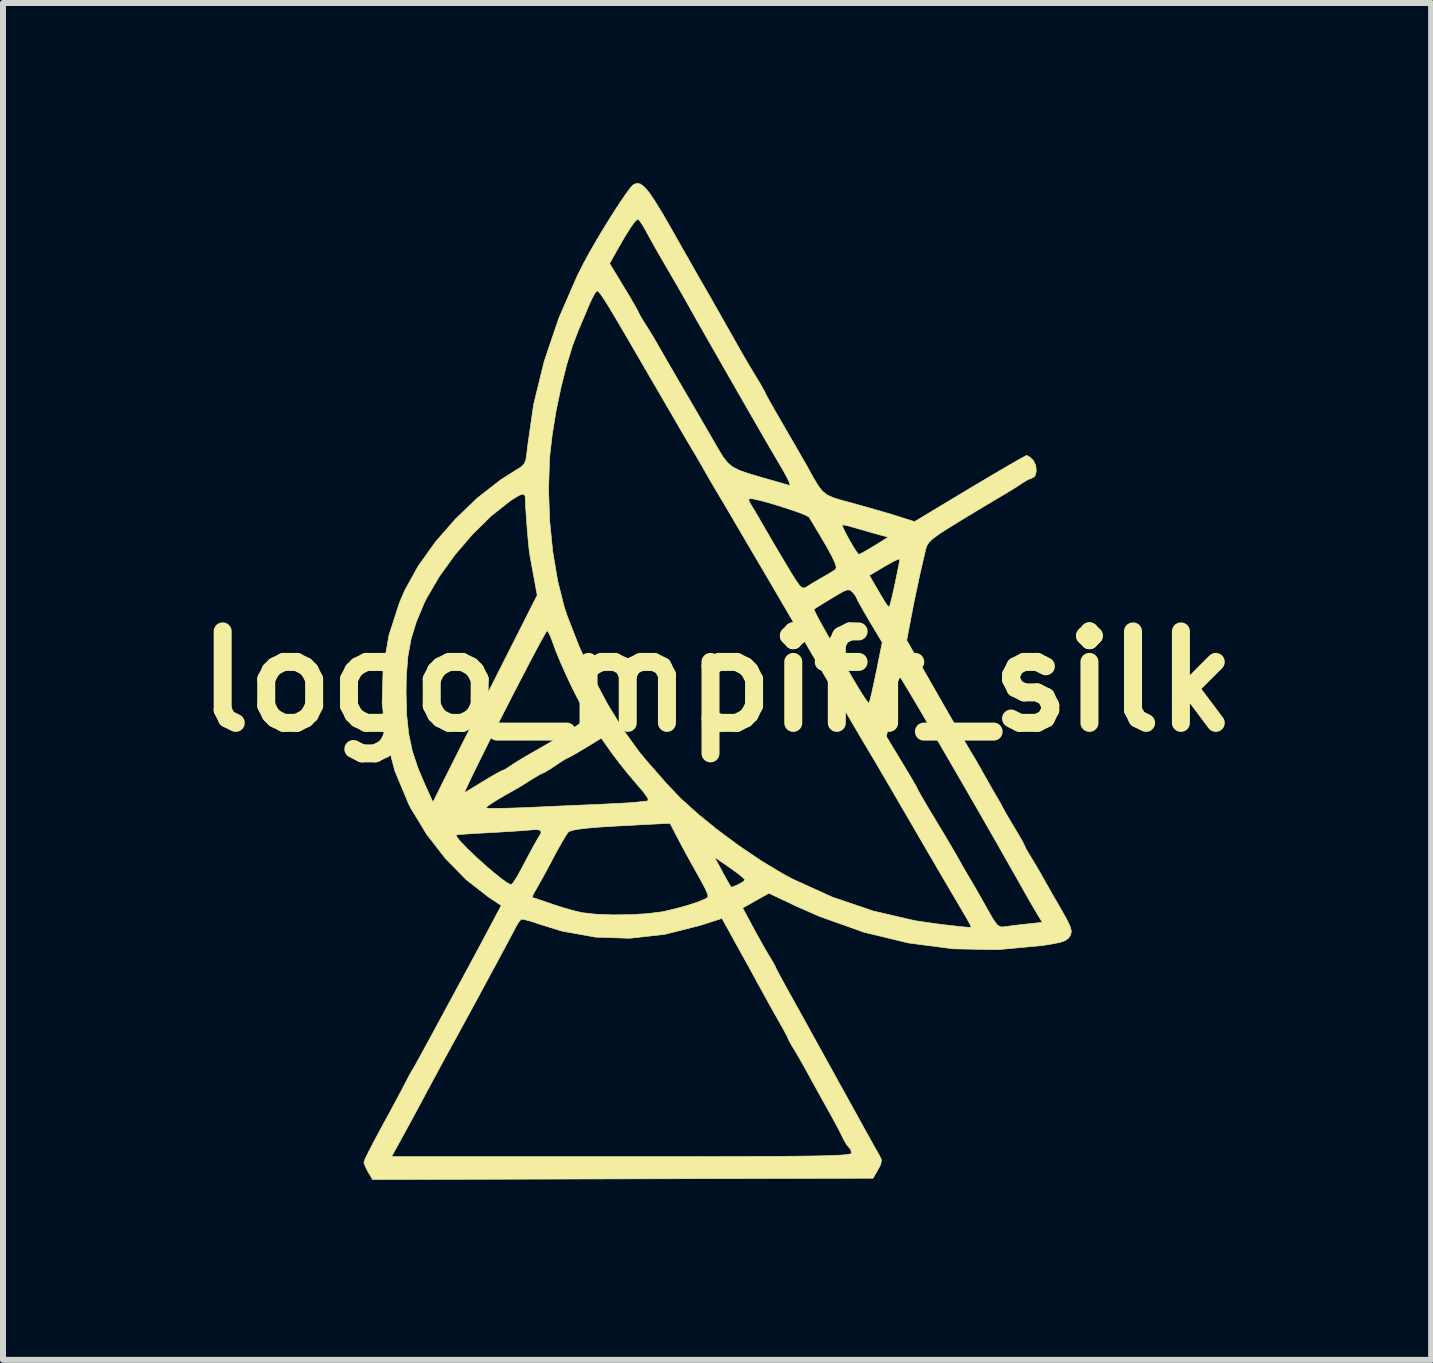
<source format=kicad_pcb>
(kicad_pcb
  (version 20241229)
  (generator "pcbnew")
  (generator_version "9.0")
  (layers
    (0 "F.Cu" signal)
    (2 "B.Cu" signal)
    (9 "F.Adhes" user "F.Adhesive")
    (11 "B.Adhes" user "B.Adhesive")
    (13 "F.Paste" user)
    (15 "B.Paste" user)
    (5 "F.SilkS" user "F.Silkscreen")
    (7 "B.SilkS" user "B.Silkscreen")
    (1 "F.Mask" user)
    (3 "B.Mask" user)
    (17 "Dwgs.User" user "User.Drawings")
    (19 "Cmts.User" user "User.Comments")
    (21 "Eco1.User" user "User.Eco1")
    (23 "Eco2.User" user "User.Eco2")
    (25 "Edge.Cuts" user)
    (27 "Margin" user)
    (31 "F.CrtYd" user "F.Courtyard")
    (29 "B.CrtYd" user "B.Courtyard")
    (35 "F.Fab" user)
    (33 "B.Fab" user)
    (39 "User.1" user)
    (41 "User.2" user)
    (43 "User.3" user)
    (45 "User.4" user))
  (footprint "logo_mpifr_silk"
    (layer "F.Cu")
    (at 8.897 8.305)
    (property "Reference" "logo_mpifr_silk" (at 0 0 0) (layer "F.SilkS") (effects (font (size 1.524 1.524) (thickness 0.3))))
    (attr through_hole)
    (fp_poly (pts (xy -1.279 -8.29) (xy -1.213 -8.242) (xy -1.132 -8.147) (xy -1.032 -8) (xy -0.905 -7.792) (xy -0.747 -7.517) (xy -0.727 -7.482) (xy -0.595 -7.248) (xy -0.474 -7.036) (xy -0.373 -6.858) (xy -0.299 -6.727) (xy -0.257 -6.654) (xy -0.252 -6.646) (xy -0.215 -6.583) (xy -0.146 -6.463) (xy -0.055 -6.303) (xy 0.05 -6.118) (xy 0.158 -5.927) (xy 0.261 -5.746) (xy 0.348 -5.591) (xy 0.373 -5.546) (xy 0.453 -5.408) (xy 0.553 -5.237) (xy 0.642 -5.09) (xy 0.721 -4.959) (xy 0.778 -4.858) (xy 0.804 -4.808) (xy 0.804 -4.806) (xy 0.824 -4.765) (xy 0.88 -4.664) (xy 0.963 -4.518) (xy 1.066 -4.339) (xy 1.107 -4.268) (xy 1.224 -4.066) (xy 1.333 -3.878) (xy 1.423 -3.721) (xy 1.484 -3.615) (xy 1.493 -3.599) (xy 1.601 -3.404) (xy 1.683 -3.266) (xy 1.754 -3.173) (xy 1.833 -3.11) (xy 1.935 -3.063) (xy 2.079 -3.019) (xy 2.276 -2.966) (xy 2.5 -2.903) (xy 2.723 -2.839) (xy 2.917 -2.782) (xy 3.032 -2.746) (xy 3.291 -2.664) (xy 4.209 -3.216) (xy 4.461 -3.366) (xy 4.689 -3.501) (xy 4.883 -3.614) (xy 5.033 -3.7) (xy 5.129 -3.753) (xy 5.161 -3.768) (xy 5.211 -3.739) (xy 5.269 -3.685) (xy 5.311 -3.6) (xy 5.319 -3.501) (xy 5.295 -3.419) (xy 5.244 -3.387) (xy 5.181 -3.364) (xy 5.09 -3.309) (xy 5.087 -3.307) (xy 4.978 -3.235) (xy 4.843 -3.152) (xy 4.801 -3.127) (xy 4.703 -3.069) (xy 4.55 -2.978) (xy 4.361 -2.865) (xy 4.154 -2.74) (xy 4.069 -2.688) (xy 3.854 -2.556) (xy 3.7 -2.457) (xy 3.597 -2.381) (xy 3.533 -2.32) (xy 3.497 -2.264) (xy 3.476 -2.203) (xy 3.476 -2.201) (xy 3.376 -1.769) (xy 3.279 -1.308) (xy 3.234 -1.074) (xy 3.16 -0.687) (xy 3.64 0.154) (xy 3.784 0.405) (xy 3.918 0.639) (xy 4.037 0.845) (xy 4.132 1.008) (xy 4.196 1.116) (xy 4.212 1.143) (xy 4.283 1.26) (xy 4.372 1.415) (xy 4.445 1.545) (xy 4.531 1.697) (xy 4.612 1.839) (xy 4.663 1.926) (xy 4.725 2.031) (xy 4.768 2.113) (xy 4.77 2.117) (xy 4.806 2.183) (xy 4.872 2.297) (xy 4.955 2.436) (xy 4.961 2.445) (xy 5.039 2.577) (xy 5.097 2.678) (xy 5.122 2.73) (xy 5.122 2.732) (xy 5.143 2.778) (xy 5.195 2.868) (xy 5.221 2.911) (xy 5.305 3.049) (xy 5.397 3.207) (xy 5.426 3.26) (xy 5.497 3.385) (xy 5.593 3.554) (xy 5.698 3.735) (xy 5.733 3.796) (xy 5.828 3.965) (xy 5.883 4.08) (xy 5.903 4.157) (xy 5.894 4.213) (xy 5.888 4.227) (xy 5.853 4.279) (xy 5.802 4.316) (xy 5.718 4.346) (xy 5.582 4.373) (xy 5.419 4.399) (xy 4.68 4.468) (xy 3.937 4.454) (xy 3.192 4.357) (xy 2.447 4.177) (xy 1.708 3.914) (xy 1.331 3.748) (xy 0.863 3.527) (xy 0.427 3.774) (xy 0.602 4.099) (xy 0.696 4.271) (xy 0.788 4.435) (xy 0.862 4.561) (xy 0.875 4.582) (xy 0.935 4.681) (xy 0.97 4.746) (xy 0.974 4.757) (xy 0.993 4.798) (xy 1.046 4.899) (xy 1.126 5.045) (xy 1.223 5.221) (xy 1.242 5.255) (xy 1.359 5.465) (xy 1.476 5.676) (xy 1.578 5.861) (xy 1.649 5.99) (xy 1.73 6.137) (xy 1.836 6.329) (xy 1.951 6.536) (xy 2.023 6.668) (xy 2.145 6.887) (xy 2.278 7.128) (xy 2.401 7.351) (xy 2.456 7.451) (xy 2.548 7.617) (xy 2.63 7.764) (xy 2.691 7.87) (xy 2.709 7.901) (xy 2.74 7.972) (xy 2.728 8.045) (xy 2.682 8.133) (xy 2.599 8.276) (xy -5.739 8.298) (xy -5.812 8.175) (xy -5.862 8.078) (xy -5.884 8.011) (xy -5.884 8.008) (xy -5.865 7.958) (xy -5.845 7.916) (xy -5.423 7.916) (xy -1.59 7.916) (xy -0.925 7.916) (xy -0.339 7.916) (xy 0.171 7.915) (xy 0.612 7.913) (xy 0.987 7.912) (xy 1.302 7.909) (xy 1.562 7.906) (xy 1.772 7.902) (xy 1.936 7.897) (xy 2.059 7.891) (xy 2.146 7.884) (xy 2.203 7.876) (xy 2.234 7.866) (xy 2.244 7.856) (xy 2.244 7.855) (xy 2.219 7.784) (xy 2.202 7.769) (xy 2.16 7.717) (xy 2.103 7.619) (xy 2.088 7.586) (xy 2.027 7.465) (xy 1.943 7.308) (xy 1.87 7.176) (xy 1.777 7.009) (xy 1.666 6.809) (xy 1.561 6.617) (xy 1.554 6.604) (xy 1.46 6.434) (xy 1.368 6.271) (xy 1.294 6.146) (xy 1.284 6.129) (xy 1.224 6.029) (xy 1.189 5.964) (xy 1.185 5.953) (xy 1.166 5.91) (xy 1.115 5.813) (xy 1.042 5.683) (xy 1.033 5.666) (xy 0.927 5.479) (xy 0.811 5.27) (xy 0.73 5.122) (xy 0.637 4.952) (xy 0.543 4.78) (xy 0.475 4.657) (xy 0.396 4.515) (xy 0.3 4.342) (xy 0.226 4.206) (xy 0.082 3.947) (xy -0.292 4.067) (xy -0.876 4.214) (xy -1.456 4.278) (xy -2.027 4.259) (xy -2.587 4.158) (xy -2.942 4.048) (xy -3.088 3.999) (xy -3.202 3.968) (xy -3.262 3.96) (xy -3.265 3.961) (xy -3.305 4.01) (xy -3.356 4.097) (xy -3.402 4.186) (xy -3.476 4.325) (xy -3.564 4.489) (xy -3.597 4.551) (xy -3.696 4.735) (xy -3.796 4.919) (xy -3.878 5.072) (xy -3.894 5.101) (xy -4.001 5.3) (xy -4.133 5.542) (xy -4.271 5.795) (xy -4.399 6.029) (xy -4.435 6.096) (xy -4.556 6.316) (xy -4.71 6.602) (xy -4.901 6.957) (xy -4.984 7.112) (xy -5.085 7.3) (xy -5.192 7.496) (xy -5.283 7.662) (xy -5.289 7.673) (xy -5.423 7.916) (xy -5.845 7.916) (xy -5.812 7.847) (xy -5.731 7.691) (xy -5.631 7.503) (xy -5.576 7.401) (xy -5.461 7.191) (xy -5.356 6.995) (xy -5.268 6.831) (xy -5.208 6.716) (xy -5.194 6.689) (xy -5.135 6.575) (xy -5.085 6.487) (xy -5.079 6.477) (xy -5.045 6.42) (xy -4.98 6.302) (xy -4.889 6.137) (xy -4.782 5.94) (xy -4.706 5.8) (xy -4.579 5.565) (xy -4.452 5.33) (xy -4.337 5.117) (xy -4.245 4.947) (xy -4.214 4.889) (xy -4.124 4.723) (xy -4.011 4.513) (xy -3.893 4.292) (xy -3.824 4.162) (xy -3.595 3.732) (xy -3.8 3.596) (xy -3.082 3.596) (xy -3.08 3.598) (xy -3.035 3.611) (xy -2.93 3.646) (xy -2.787 3.695) (xy -2.748 3.709) (xy -2.567 3.768) (xy -2.388 3.819) (xy -2.248 3.851) (xy -2.244 3.852) (xy -2.018 3.877) (xy -1.743 3.888) (xy -1.448 3.885) (xy -1.166 3.868) (xy -0.929 3.839) (xy -0.881 3.83) (xy -0.681 3.783) (xy -0.486 3.729) (xy -0.319 3.674) (xy -0.199 3.625) (xy -0.159 3.6) (xy -0.15 3.578) (xy -0.16 3.534) (xy -0.195 3.455) (xy -0.26 3.331) (xy -0.36 3.151) (xy -0.418 3.048) (xy -0.486 2.925) (xy -0.043 2.925) (xy 0.093 3.177) (xy 0.162 3.303) (xy 0.214 3.394) (xy 0.239 3.429) (xy 0.239 3.429) (xy 0.281 3.414) (xy 0.358 3.38) (xy 0.436 3.335) (xy 0.466 3.303) (xy 0.433 3.268) (xy 0.348 3.199) (xy 0.228 3.112) (xy 0.211 3.1) (xy -0.043 2.925) (xy -0.486 2.925) (xy -0.514 2.874) (xy -0.616 2.685) (xy -0.666 2.589) (xy -0.783 2.362) (xy -1.312 2.389) (xy -1.669 2.408) (xy -1.949 2.425) (xy -2.161 2.443) (xy -2.313 2.461) (xy -2.413 2.48) (xy -2.469 2.502) (xy -2.481 2.512) (xy -2.52 2.569) (xy -2.587 2.682) (xy -2.672 2.833) (xy -2.73 2.942) (xy -2.825 3.121) (xy -2.916 3.287) (xy -2.988 3.415) (xy -3.014 3.461) (xy -3.063 3.548) (xy -3.082 3.596) (xy -3.8 3.596) (xy -3.819 3.583) (xy -4.182 3.299) (xy -4.526 2.948) (xy -4.831 2.555) (xy -4.347 2.555) (xy -4.332 2.596) (xy -4.265 2.677) (xy -4.158 2.788) (xy -4.025 2.915) (xy -3.879 3.047) (xy -3.733 3.173) (xy -3.602 3.279) (xy -3.497 3.354) (xy -3.433 3.386) (xy -3.429 3.387) (xy -3.396 3.351) (xy -3.335 3.257) (xy -3.259 3.12) (xy -3.215 3.037) (xy -3.129 2.873) (xy -3.051 2.729) (xy -2.994 2.629) (xy -2.979 2.605) (xy -2.931 2.521) (xy -2.941 2.479) (xy -3.017 2.467) (xy -3.122 2.475) (xy -3.246 2.485) (xy -3.429 2.497) (xy -3.644 2.51) (xy -3.831 2.521) (xy -4.028 2.531) (xy -4.191 2.542) (xy -4.303 2.55) (xy -4.347 2.555) (xy -4.347 2.555) (xy -4.831 2.555) (xy -4.837 2.547) (xy -5.1 2.115) (xy -5.105 2.106) (xy -3.852 2.106) (xy -3.813 2.112) (xy -3.703 2.114) (xy -3.538 2.112) (xy -3.333 2.106) (xy -3.228 2.102) (xy -2.936 2.089) (xy -2.607 2.074) (xy -2.282 2.06) (xy -2.011 2.049) (xy -1.789 2.038) (xy -1.592 2.028) (xy -1.438 2.019) (xy -1.346 2.011) (xy -1.333 2.01) (xy -1.22 1.996) (xy -1.17 1.993) (xy -1.144 1.977) (xy -1.162 1.928) (xy -1.23 1.836) (xy -1.343 1.704) (xy -1.483 1.538) (xy -1.626 1.36) (xy -1.745 1.204) (xy -1.761 1.181) (xy -1.928 0.944) (xy -2.196 1.107) (xy -2.328 1.186) (xy -2.43 1.244) (xy -2.481 1.27) (xy -2.484 1.27) (xy -2.527 1.292) (xy -2.616 1.348) (xy -2.688 1.397) (xy -2.796 1.468) (xy -2.874 1.514) (xy -2.898 1.524) (xy -2.945 1.545) (xy -3.037 1.599) (xy -3.102 1.639) (xy -3.225 1.717) (xy -3.332 1.781) (xy -3.365 1.801) (xy -3.53 1.893) (xy -3.677 1.98) (xy -3.788 2.052) (xy -3.847 2.097) (xy -3.852 2.106) (xy -5.105 2.106) (xy -5.139 2.038) (xy -5.368 1.491) (xy -5.515 0.929) (xy -5.58 0.36) (xy -5.575 0.191) (xy -5.181 0.191) (xy -5.171 0.558) (xy -5.138 0.87) (xy -5.078 1.155) (xy -4.985 1.438) (xy -4.868 1.714) (xy -4.733 2.011) (xy -4.655 1.852) (xy -4.206 1.852) (xy -4.155 1.821) (xy -4.051 1.758) (xy -3.916 1.676) (xy -3.883 1.656) (xy -3.746 1.574) (xy -3.638 1.513) (xy -3.578 1.483) (xy -3.572 1.482) (xy -3.524 1.46) (xy -3.441 1.406) (xy -3.436 1.402) (xy -3.325 1.33) (xy -3.19 1.248) (xy -3.154 1.228) (xy -2.909 1.088) (xy -2.681 0.954) (xy -2.482 0.831) (xy -2.323 0.727) (xy -2.215 0.649) (xy -2.171 0.604) (xy -2.178 0.53) (xy -2.211 0.475) (xy -2.262 0.395) (xy -2.337 0.256) (xy -2.426 0.079) (xy -2.518 -0.118) (xy -2.606 -0.316) (xy -2.68 -0.493) (xy -2.728 -0.624) (xy -2.773 -0.746) (xy -2.812 -0.827) (xy -2.83 -0.847) (xy -2.856 -0.81) (xy -2.915 -0.707) (xy -3.003 -0.544) (xy -3.115 -0.332) (xy -3.248 -0.077) (xy -3.397 0.211) (xy -3.552 0.514) (xy -3.709 0.824) (xy -3.852 1.109) (xy -3.976 1.359) (xy -4.077 1.566) (xy -4.152 1.723) (xy -4.197 1.821) (xy -4.206 1.852) (xy -4.655 1.852) (xy -4.639 1.82) (xy -4.6 1.741) (xy -4.527 1.596) (xy -4.425 1.393) (xy -4.299 1.143) (xy -4.154 0.854) (xy -3.993 0.537) (xy -3.823 0.2) (xy -3.771 0.096) (xy -2.996 -1.438) (xy -3.049 -1.725) (xy -3.078 -1.883) (xy -3.103 -2.018) (xy -3.117 -2.095) (xy -3.131 -2.195) (xy -3.147 -2.352) (xy -3.163 -2.538) (xy -3.177 -2.728) (xy -3.188 -2.892) (xy -3.192 -3.005) (xy -3.192 -3.016) (xy -3.198 -3.095) (xy -3.228 -3.124) (xy -3.296 -3.103) (xy -3.413 -3.031) (xy -3.461 -2.998) (xy -3.766 -2.756) (xy -4.073 -2.454) (xy -4.366 -2.112) (xy -4.626 -1.752) (xy -4.835 -1.395) (xy -4.883 -1.298) (xy -5.009 -0.997) (xy -5.097 -0.712) (xy -5.151 -0.417) (xy -5.177 -0.085) (xy -5.181 0.191) (xy -5.575 0.191) (xy -5.564 -0.21) (xy -5.466 -0.774) (xy -5.287 -1.325) (xy -5.201 -1.523) (xy -4.979 -1.923) (xy -4.692 -2.325) (xy -4.356 -2.71) (xy -3.988 -3.062) (xy -3.81 -3.201) (xy -2.807 -3.201) (xy -2.789 -2.681) (xy -2.738 -2.168) (xy -2.657 -1.685) (xy -2.549 -1.252) (xy -2.499 -1.101) (xy -2.301 -0.591) (xy -2.073 -0.092) (xy -1.823 0.379) (xy -1.562 0.806) (xy -1.297 1.173) (xy -1.175 1.32) (xy -1.073 1.436) (xy -0.946 1.582) (xy -0.836 1.708) (xy -0.606 1.948) (xy -0.317 2.209) (xy 0.015 2.478) (xy 0.371 2.741) (xy 0.734 2.986) (xy 1.087 3.199) (xy 1.26 3.292) (xy 1.921 3.592) (xy 2.607 3.825) (xy 3.299 3.985) (xy 3.646 4.036) (xy 3.879 4.064) (xy 4.041 4.082) (xy 4.144 4.092) (xy 4.202 4.096) (xy 4.227 4.093) (xy 4.233 4.085) (xy 4.233 4.084) (xy 4.213 4.042) (xy 4.159 3.946) (xy 4.082 3.813) (xy 4.05 3.759) (xy 3.961 3.608) (xy 3.843 3.407) (xy 3.709 3.179) (xy 3.574 2.947) (xy 3.534 2.879) (xy 3.274 2.432) (xy 3.055 2.056) (xy 2.874 1.745) (xy 2.729 1.497) (xy 2.618 1.308) (xy 2.539 1.175) (xy 2.507 1.122) (xy 2.446 1.02) (xy 2.386 0.918) (xy 2.822 0.918) (xy 3.083 1.35) (xy 3.185 1.519) (xy 3.268 1.66) (xy 3.324 1.758) (xy 3.344 1.799) (xy 3.365 1.84) (xy 3.422 1.939) (xy 3.506 2.083) (xy 3.611 2.258) (xy 3.641 2.308) (xy 3.76 2.505) (xy 3.87 2.69) (xy 3.96 2.844) (xy 4.019 2.947) (xy 4.024 2.956) (xy 4.096 3.084) (xy 4.186 3.24) (xy 4.236 3.323) (xy 4.323 3.472) (xy 4.427 3.655) (xy 4.52 3.821) (xy 4.604 3.966) (xy 4.664 4.05) (xy 4.716 4.086) (xy 4.772 4.089) (xy 4.784 4.087) (xy 4.883 4.073) (xy 5.029 4.055) (xy 5.155 4.041) (xy 5.42 4.013) (xy 5.339 3.88) (xy 5.271 3.765) (xy 5.186 3.618) (xy 5.137 3.532) (xy 4.998 3.285) (xy 4.839 3.005) (xy 4.665 2.699) (xy 4.48 2.375) (xy 4.288 2.041) (xy 4.094 1.705) (xy 3.904 1.376) (xy 3.721 1.061) (xy 3.551 0.768) (xy 3.398 0.505) (xy 3.266 0.281) (xy 3.16 0.104) (xy 3.086 -0.019) (xy 3.047 -0.08) (xy 3.042 -0.085) (xy 3.024 -0.046) (xy 2.995 0.061) (xy 2.959 0.218) (xy 2.92 0.41) (xy 2.919 0.417) (xy 2.822 0.918) (xy 2.386 0.918) (xy 2.355 0.865) (xy 2.245 0.678) (xy 2.129 0.48) (xy 2.121 0.466) (xy 1.826 -0.041) (xy 1.538 -0.533) (xy 1.263 -1.005) (xy 1.146 -1.205) (xy 1.616 -1.205) (xy 1.63 -1.165) (xy 1.679 -1.068) (xy 1.756 -0.927) (xy 1.848 -0.764) (xy 1.95 -0.588) (xy 2.04 -0.433) (xy 2.106 -0.318) (xy 2.138 -0.263) (xy 2.28 -0.018) (xy 2.393 0.17) (xy 2.476 0.297) (xy 2.523 0.357) (xy 2.532 0.36) (xy 2.547 0.314) (xy 2.575 0.202) (xy 2.611 0.04) (xy 2.651 -0.154) (xy 2.652 -0.155) (xy 2.752 -0.651) (xy 2.54 -1.006) (xy 2.45 -1.16) (xy 2.379 -1.286) (xy 2.336 -1.366) (xy 2.328 -1.386) (xy 2.303 -1.434) (xy 2.261 -1.486) (xy 2.222 -1.521) (xy 2.178 -1.528) (xy 2.11 -1.504) (xy 2 -1.442) (xy 1.912 -1.389) (xy 1.777 -1.307) (xy 1.673 -1.242) (xy 1.619 -1.207) (xy 1.616 -1.205) (xy 1.146 -1.205) (xy 1.003 -1.45) (xy 0.762 -1.861) (xy 0.543 -2.234) (xy 0.351 -2.561) (xy 0.189 -2.837) (xy 0.073 -3.034) (xy 0.524 -3.034) (xy 0.544 -2.98) (xy 0.566 -2.945) (xy 0.631 -2.84) (xy 0.707 -2.71) (xy 0.723 -2.68) (xy 0.779 -2.583) (xy 0.867 -2.432) (xy 0.975 -2.248) (xy 1.093 -2.049) (xy 1.11 -2.02) (xy 1.229 -1.821) (xy 1.314 -1.686) (xy 1.373 -1.603) (xy 1.416 -1.564) (xy 1.452 -1.558) (xy 1.49 -1.575) (xy 1.505 -1.585) (xy 1.606 -1.648) (xy 1.734 -1.722) (xy 1.765 -1.739) (xy 1.812 -1.767) (xy 2.538 -1.767) (xy 2.652 -1.571) (xy 2.746 -1.411) (xy 2.806 -1.312) (xy 2.842 -1.261) (xy 2.862 -1.245) (xy 2.872 -1.249) (xy 2.887 -1.295) (xy 2.915 -1.405) (xy 2.95 -1.559) (xy 2.967 -1.639) (xy 3.002 -1.807) (xy 3.029 -1.943) (xy 3.044 -2.026) (xy 3.046 -2.041) (xy 3.014 -2.036) (xy 2.928 -1.995) (xy 2.806 -1.927) (xy 2.793 -1.919) (xy 2.538 -1.767) (xy 1.812 -1.767) (xy 1.877 -1.805) (xy 1.961 -1.858) (xy 1.976 -1.87) (xy 1.986 -1.903) (xy 1.968 -1.969) (xy 1.919 -2.077) (xy 1.834 -2.233) (xy 1.711 -2.444) (xy 1.612 -2.609) (xy 2.087 -2.609) (xy 2.098 -2.567) (xy 2.14 -2.478) (xy 2.201 -2.365) (xy 2.267 -2.251) (xy 2.324 -2.161) (xy 2.36 -2.118) (xy 2.363 -2.118) (xy 2.411 -2.139) (xy 2.509 -2.194) (xy 2.622 -2.262) (xy 2.853 -2.405) (xy 2.686 -2.45) (xy 2.54 -2.491) (xy 2.371 -2.54) (xy 2.309 -2.558) (xy 2.189 -2.592) (xy 2.107 -2.609) (xy 2.087 -2.609) (xy 1.612 -2.609) (xy 1.545 -2.719) (xy 1.532 -2.74) (xy 1.483 -2.769) (xy 1.372 -2.813) (xy 1.22 -2.866) (xy 1.046 -2.922) (xy 0.872 -2.975) (xy 0.716 -3.017) (xy 0.599 -3.043) (xy 0.556 -3.048) (xy 0.524 -3.034) (xy 0.073 -3.034) (xy 0.06 -3.055) (xy -0.032 -3.209) (xy -0.064 -3.263) (xy -0.108 -3.338) (xy -0.175 -3.455) (xy -0.223 -3.54) (xy -0.305 -3.683) (xy -0.384 -3.818) (xy -0.418 -3.873) (xy -0.445 -3.92) (xy -0.484 -3.985) (xy -0.539 -4.078) (xy -0.612 -4.203) (xy -0.708 -4.369) (xy -0.831 -4.58) (xy -0.985 -4.845) (xy -1.174 -5.169) (xy -1.4 -5.559) (xy -1.417 -5.588) (xy -1.586 -5.878) (xy -1.719 -6.103) (xy -1.819 -6.27) (xy -1.893 -6.386) (xy -1.944 -6.459) (xy -1.978 -6.497) (xy -2 -6.508) (xy -2.004 -6.507) (xy -2.038 -6.465) (xy -2.09 -6.365) (xy -2.145 -6.243) (xy -2.21 -6.087) (xy -2.271 -5.943) (xy -2.306 -5.863) (xy -2.407 -5.598) (xy -2.507 -5.271) (xy -2.599 -4.904) (xy -2.68 -4.518) (xy -2.743 -4.136) (xy -2.785 -3.781) (xy -2.791 -3.706) (xy -2.807 -3.201) (xy -3.81 -3.201) (xy -3.606 -3.36) (xy -3.36 -3.516) (xy -3.269 -3.571) (xy -3.214 -3.624) (xy -3.184 -3.698) (xy -3.167 -3.818) (xy -3.157 -3.914) (xy -3.056 -4.615) (xy -2.88 -5.334) (xy -2.637 -6.052) (xy -2.331 -6.755) (xy -2.225 -6.964) (xy -1.79 -6.964) (xy -1.551 -6.571) (xy -1.454 -6.41) (xy -1.376 -6.276) (xy -1.326 -6.187) (xy -1.312 -6.157) (xy -1.291 -6.113) (xy -1.238 -6.022) (xy -1.197 -5.958) (xy -1.119 -5.834) (xy -1.054 -5.728) (xy -1.035 -5.694) (xy -0.998 -5.629) (xy -0.927 -5.506) (xy -0.831 -5.339) (xy -0.718 -5.145) (xy -0.656 -5.038) (xy -0.513 -4.792) (xy -0.358 -4.527) (xy -0.21 -4.271) (xy -0.084 -4.054) (xy -0.065 -4.022) (xy 0.03 -3.856) (xy 0.107 -3.733) (xy 0.179 -3.643) (xy 0.261 -3.575) (xy 0.368 -3.52) (xy 0.515 -3.468) (xy 0.716 -3.408) (xy 0.931 -3.347) (xy 1.071 -3.307) (xy 1.173 -3.277) (xy 1.216 -3.264) (xy 1.216 -3.264) (xy 1.211 -3.293) (xy 1.197 -3.334) (xy 1.162 -3.406) (xy 1.097 -3.525) (xy 1.017 -3.662) (xy 0.955 -3.766) (xy 0.859 -3.931) (xy 0.735 -4.146) (xy 0.589 -4.398) (xy 0.43 -4.676) (xy 0.263 -4.967) (xy 0.095 -5.26) (xy -0.066 -5.542) (xy -0.214 -5.801) (xy -0.342 -6.026) (xy -0.442 -6.204) (xy -0.494 -6.298) (xy -0.579 -6.447) (xy -0.688 -6.637) (xy -0.802 -6.833) (xy -0.841 -6.9) (xy -0.95 -7.087) (xy -1.057 -7.275) (xy -1.145 -7.434) (xy -1.171 -7.482) (xy -1.238 -7.601) (xy -1.294 -7.682) (xy -1.321 -7.705) (xy -1.365 -7.668) (xy -1.442 -7.562) (xy -1.547 -7.393) (xy -1.674 -7.172) (xy -1.79 -6.964) (xy -2.225 -6.964) (xy -2.219 -6.976) (xy -2.119 -7.16) (xy -2 -7.366) (xy -1.872 -7.579) (xy -1.742 -7.787) (xy -1.62 -7.975) (xy -1.515 -8.129) (xy -1.436 -8.235) (xy -1.394 -8.278) (xy -1.338 -8.3) (xy -1.279 -8.29)) (stroke (width 0.01) (type solid)) (fill yes) (layer "F.SilkS")))
  (gr_rect
    (start -3 -3)
    (end 20.795 19.608)
    (stroke (width 0.1) (type default))
    (fill no)
    (layer "Edge.Cuts")))
</source>
